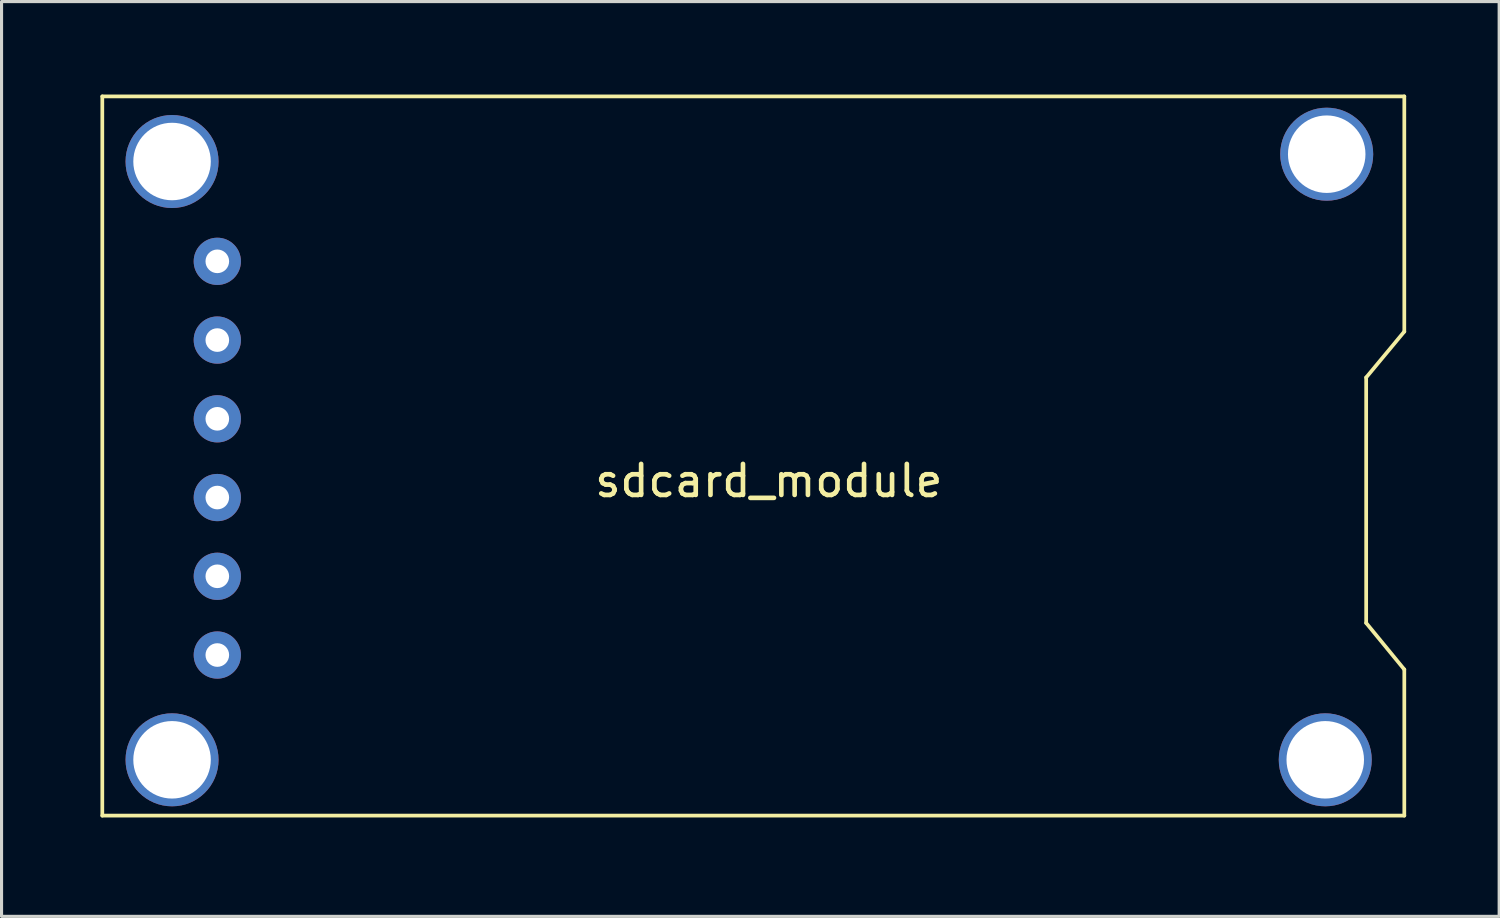
<source format=kicad_pcb>
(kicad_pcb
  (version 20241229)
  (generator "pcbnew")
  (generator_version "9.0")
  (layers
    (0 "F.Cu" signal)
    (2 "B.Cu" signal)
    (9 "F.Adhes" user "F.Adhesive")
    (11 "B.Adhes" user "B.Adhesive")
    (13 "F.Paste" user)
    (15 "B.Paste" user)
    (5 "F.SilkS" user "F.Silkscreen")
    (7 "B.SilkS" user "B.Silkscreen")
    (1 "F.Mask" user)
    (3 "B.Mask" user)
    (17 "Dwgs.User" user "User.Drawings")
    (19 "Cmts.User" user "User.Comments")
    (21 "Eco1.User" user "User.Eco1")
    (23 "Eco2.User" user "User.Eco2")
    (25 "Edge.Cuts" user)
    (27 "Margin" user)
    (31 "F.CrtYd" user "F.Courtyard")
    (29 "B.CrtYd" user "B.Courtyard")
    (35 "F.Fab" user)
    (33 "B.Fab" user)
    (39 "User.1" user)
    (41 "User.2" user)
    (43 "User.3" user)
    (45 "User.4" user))
  (footprint "sdcard_module"
    (layer "F.Cu")
    (at 0.25 23.26)
    (property "Reference" "sdcard_module" (at 21.5 -10.8 0) (layer "F.SilkS") (effects (font (size 1 1) (thickness 0.15))))
    (attr through_hole)
    (fp_line (start 0 -23.2) (end 0 0) (stroke (width 0.12) (type solid)) (layer "F.SilkS"))
    (fp_line (start 0 -23.2) (end 42 -23.2) (stroke (width 0.12) (type solid)) (layer "F.SilkS"))
    (fp_line (start 0 0) (end 42 0) (stroke (width 0.12) (type solid)) (layer "F.SilkS"))
    (fp_line (start 40.77 -6.214) (end 40.77 -14.134) (stroke (width 0.12) (type solid)) (layer "F.SilkS"))
    (fp_line (start 40.77 -6.214) (end 42 -4.714) (stroke (width 0.12) (type solid)) (layer "F.SilkS"))
    (fp_line (start 42 -15.614) (end 40.77 -14.134) (stroke (width 0.12) (type solid)) (layer "F.SilkS"))
    (fp_line (start 42 -15.614) (end 42 -23.2) (stroke (width 0.12) (type solid)) (layer "F.SilkS"))
    (fp_line (start 42 0) (end 42 -4.714) (stroke (width 0.12) (type solid)) (layer "F.SilkS"))
    (pad "" np_thru_hole circle (at 2.25 -21.1) (size 3 3) (drill 2.5) (layers "*.Cu" "*.Mask"))
    (pad "" np_thru_hole circle (at 2.25 -1.8) (size 3 3) (drill 2.5) (layers "*.Cu" "*.Mask"))
    (pad "" np_thru_hole circle (at 39.45 -1.8) (size 3 3) (drill 2.5) (layers "*.Cu" "*.Mask"))
    (pad "" np_thru_hole circle (at 39.497 -21.336) (size 3 3) (drill 2.5) (layers "*.Cu" "*.Mask"))
    (pad "1" thru_hole circle (at 3.71 -17.88) (size 1.524 1.524) (drill 0.762) (layers "*.Cu" "*.Mask"))
    (pad "2" thru_hole circle (at 3.71 -15.34) (size 1.524 1.524) (drill 0.762) (layers "*.Cu" "*.Mask"))
    (pad "3" thru_hole circle (at 3.71 -12.8) (size 1.524 1.524) (drill 0.762) (layers "*.Cu" "*.Mask"))
    (pad "4" thru_hole circle (at 3.71 -10.26) (size 1.524 1.524) (drill 0.762) (layers "*.Cu" "*.Mask"))
    (pad "5" thru_hole circle (at 3.71 -7.72) (size 1.524 1.524) (drill 0.762) (layers "*.Cu" "*.Mask"))
    (pad "6" thru_hole circle (at 3.71 -5.18) (size 1.524 1.524) (drill 0.762) (layers "*.Cu" "*.Mask")))
  (gr_rect
    (start -3 -3)
    (end 45.31 26.51)
    (stroke (width 0.1) (type default))
    (fill no)
    (layer "Edge.Cuts")))
</source>
